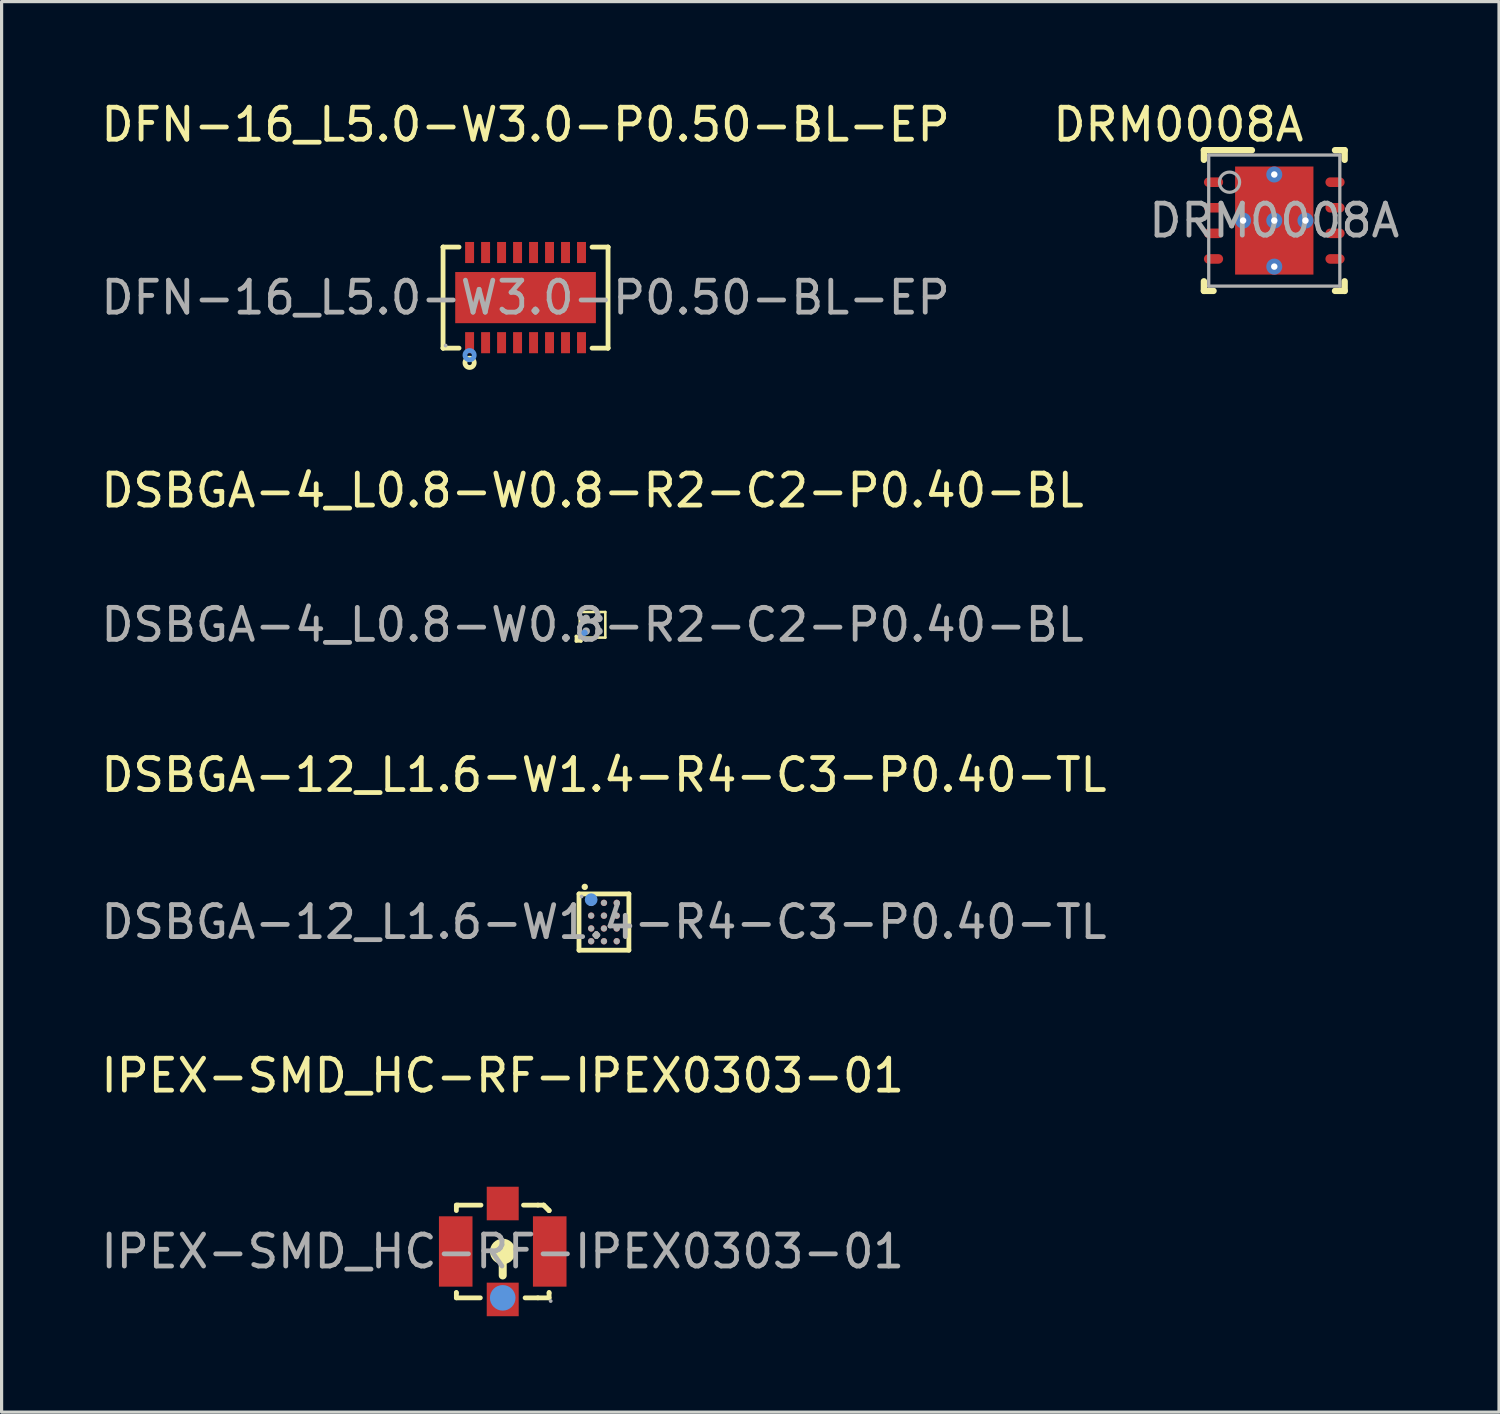
<source format=kicad_pcb>
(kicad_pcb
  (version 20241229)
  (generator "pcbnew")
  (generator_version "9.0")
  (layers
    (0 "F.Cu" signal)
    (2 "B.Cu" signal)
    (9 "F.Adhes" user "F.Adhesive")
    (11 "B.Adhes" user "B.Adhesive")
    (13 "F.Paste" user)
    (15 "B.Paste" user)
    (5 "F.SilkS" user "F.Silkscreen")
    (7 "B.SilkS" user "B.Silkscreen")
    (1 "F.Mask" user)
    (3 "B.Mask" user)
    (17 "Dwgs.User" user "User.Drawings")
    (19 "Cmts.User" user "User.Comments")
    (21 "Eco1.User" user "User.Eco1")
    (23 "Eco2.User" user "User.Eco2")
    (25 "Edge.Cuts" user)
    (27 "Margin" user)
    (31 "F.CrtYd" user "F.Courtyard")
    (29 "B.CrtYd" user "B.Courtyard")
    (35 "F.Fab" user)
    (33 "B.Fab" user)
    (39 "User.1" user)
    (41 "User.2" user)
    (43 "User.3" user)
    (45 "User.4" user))
  (footprint "DSBGA-12_L1.6-W1.4-R4-C3-P0.40-TL"
    (layer "F.Cu")
    (at 15.839 25.788)
    (property "Reference" "DSBGA-12_L1.6-W1.4-R4-C3-P0.40-TL" (at 0 -4.6 0) (layer "F.SilkS") (effects (font (size 1 1) (thickness 0.15))))
    (attr smd)
    (fp_line (start -0.78 -0.88) (end 0.78 -0.88) (stroke (width 0.15) (type solid)) (layer "F.SilkS"))
    (fp_line (start -0.78 0.88) (end -0.78 -0.88) (stroke (width 0.15) (type solid)) (layer "F.SilkS"))
    (fp_line (start 0.78 -0.88) (end 0.78 0.88) (stroke (width 0.15) (type solid)) (layer "F.SilkS"))
    (fp_line (start 0.78 0.88) (end -0.78 0.88) (stroke (width 0.15) (type solid)) (layer "F.SilkS"))
    (fp_circle (center -0.6 -1.1) (end -0.55 -1.1) (stroke (width 0.1) (type solid)) (fill no) (layer "F.SilkS"))
    (fp_circle (center -0.4 -0.7) (end -0.3 -0.7) (stroke (width 0.2) (type solid)) (fill no) (layer "Cmts.User"))
    (fp_circle (center -0.7 -0.8) (end -0.67 -0.8) (stroke (width 0.06) (type solid)) (fill no) (layer "F.Fab"))
    (fp_circle (center -0.4 -0.6) (end -0.35 -0.6) (stroke (width 0.1) (type solid)) (fill no) (layer "F.Fab"))
    (fp_circle (center -0.4 -0.2) (end -0.35 -0.2) (stroke (width 0.1) (type solid)) (fill no) (layer "F.Fab"))
    (fp_circle (center -0.4 0.2) (end -0.35 0.2) (stroke (width 0.1) (type solid)) (fill no) (layer "F.Fab"))
    (fp_circle (center -0.4 0.6) (end -0.35 0.6) (stroke (width 0.1) (type solid)) (fill no) (layer "F.Fab"))
    (fp_circle (center 0 -0.6) (end 0.05 -0.6) (stroke (width 0.1) (type solid)) (fill no) (layer "F.Fab"))
    (fp_circle (center 0 -0.2) (end 0.05 -0.2) (stroke (width 0.1) (type solid)) (fill no) (layer "F.Fab"))
    (fp_circle (center 0 0.2) (end 0.05 0.2) (stroke (width 0.1) (type solid)) (fill no) (layer "F.Fab"))
    (fp_circle (center 0 0.6) (end 0.05 0.6) (stroke (width 0.1) (type solid)) (fill no) (layer "F.Fab"))
    (fp_circle (center 0.4 -0.6) (end 0.45 -0.6) (stroke (width 0.1) (type solid)) (fill no) (layer "F.Fab"))
    (fp_circle (center 0.4 -0.2) (end 0.45 -0.2) (stroke (width 0.1) (type solid)) (fill no) (layer "F.Fab"))
    (fp_circle (center 0.4 0.2) (end 0.45 0.2) (stroke (width 0.1) (type solid)) (fill no) (layer "F.Fab"))
    (fp_circle (center 0.4 0.6) (end 0.45 0.6) (stroke (width 0.1) (type solid)) (fill no) (layer "F.Fab"))
    (fp_text user "${REFERENCE}" (at 0 0 0) (layer "F.Fab") (effects (font (size 1 1) (thickness 0.15))))
    (pad "A1" smd circle (at -0.4 -0.6) (size 0.2 0.2) (layers "F.Cu" "F.Mask" "F.Paste"))
    (pad "A2" smd circle (at 0 -0.6) (size 0.2 0.2) (layers "F.Cu" "F.Mask" "F.Paste"))
    (pad "A3" smd circle (at 0.4 -0.6) (size 0.2 0.2) (layers "F.Cu" "F.Mask" "F.Paste"))
    (pad "B1" smd circle (at -0.4 -0.2) (size 0.2 0.2) (layers "F.Cu" "F.Mask" "F.Paste"))
    (pad "B2" smd circle (at 0 -0.2) (size 0.2 0.2) (layers "F.Cu" "F.Mask" "F.Paste"))
    (pad "B3" smd circle (at 0.4 -0.2) (size 0.2 0.2) (layers "F.Cu" "F.Mask" "F.Paste"))
    (pad "C1" smd circle (at -0.4 0.2) (size 0.2 0.2) (layers "F.Cu" "F.Mask" "F.Paste"))
    (pad "C2" smd circle (at 0 0.2) (size 0.2 0.2) (layers "F.Cu" "F.Mask" "F.Paste"))
    (pad "C3" smd circle (at 0.4 0.2) (size 0.2 0.2) (layers "F.Cu" "F.Mask" "F.Paste"))
    (pad "D1" smd circle (at -0.4 0.6) (size 0.2 0.2) (layers "F.Cu" "F.Mask" "F.Paste"))
    (pad "D2" smd circle (at 0 0.6) (size 0.2 0.2) (layers "F.Cu" "F.Mask" "F.Paste"))
    (pad "D3" smd circle (at 0.4 0.6) (size 0.2 0.2) (layers "F.Cu" "F.Mask" "F.Paste")))
  (footprint "DRM0008A"
    (layer "F.Cu")
    (at 36.804 3.848)
    (property "Reference" "DRM0008A" (at -3 -3 0) (unlocked yes) (layer "F.SilkS") (effects (font (size 1 1) (thickness 0.15))))
    (attr smd)
    (fp_line (start -2.2 -2.2) (end -0.7 -2.2) (stroke (width 0.2) (type solid)) (layer "F.SilkS"))
    (fp_line (start -2.2 -1.9) (end -2.2 -2.2) (stroke (width 0.2) (type solid)) (layer "F.SilkS"))
    (fp_line (start -2.2 2.2) (end -2.2 1.9) (stroke (width 0.2) (type solid)) (layer "F.SilkS"))
    (fp_line (start -2.2 2.2) (end -1.9 2.2) (stroke (width 0.2) (type solid)) (layer "F.SilkS"))
    (fp_line (start 1.9 -2.2) (end 2.2 -2.2) (stroke (width 0.2) (type solid)) (layer "F.SilkS"))
    (fp_line (start 1.9 2.2) (end 2.2 2.2) (stroke (width 0.2) (type solid)) (layer "F.SilkS"))
    (fp_line (start 2.2 -1.9) (end 2.2 -2.2) (stroke (width 0.2) (type solid)) (layer "F.SilkS"))
    (fp_line (start 2.2 2.2) (end 2.2 1.9) (stroke (width 0.2) (type solid)) (layer "F.SilkS"))
    (fp_poly (pts (xy -0.1 -1.56) (xy -1.184 -1.56) (xy -1.184 -0.1) (xy -0.1 -0.1)) (stroke (width 0) (type solid)) (fill yes) (layer "F.Paste"))
    (fp_poly (pts (xy -0.1 0.1) (xy -1.184 0.1) (xy -1.184 1.56) (xy -0.1 1.56)) (stroke (width 0) (type solid)) (fill yes) (layer "F.Paste"))
    (fp_poly (pts (xy 0.1 -0.1) (xy 1.184 -0.1) (xy 1.184 -1.56) (xy 0.1 -1.56)) (stroke (width 0) (type solid)) (fill yes) (layer "F.Paste"))
    (fp_poly (pts (xy 0.1 1.56) (xy 1.184 1.56) (xy 1.184 0.1) (xy 0.1 0.1)) (stroke (width 0) (type solid)) (fill yes) (layer "F.Paste"))
    (fp_line (start -2.05 -2.05) (end 2.05 -2.05) (stroke (width 0.102) (type solid)) (layer "F.Fab"))
    (fp_line (start -2.05 2.05) (end -2.05 -2.05) (stroke (width 0.102) (type solid)) (layer "F.Fab"))
    (fp_line (start -2.05 2.05) (end 2.05 2.05) (stroke (width 0.102) (type solid)) (layer "F.Fab"))
    (fp_line (start 2.05 2.05) (end 2.05 -2.05) (stroke (width 0.102) (type solid)) (layer "F.Fab"))
    (fp_circle (center -1.4 -1.2) (end -1.084 -1.2) (stroke (width 0.1) (type solid)) (fill no) (layer "F.Fab"))
    (fp_text user "${REFERENCE}" (at 0 0 0) (unlocked yes) (layer "F.Fab") (effects (font (size 1 1) (thickness 0.15))))
    (pad "1" smd oval (at -1.9 -1.2) (size 0.6 0.3) (layers "F.Cu" "F.Mask" "F.Paste"))
    (pad "2" smd oval (at -1.9 -0.4) (size 0.6 0.3) (layers "F.Cu" "F.Mask" "F.Paste"))
    (pad "3" smd oval (at -1.9 0.4) (size 0.6 0.3) (layers "F.Cu" "F.Mask" "F.Paste"))
    (pad "4" smd oval (at -1.9 1.2) (size 0.6 0.3) (layers "F.Cu" "F.Mask" "F.Paste"))
    (pad "5" smd oval (at 1.9 1.2) (size 0.6 0.3) (layers "F.Cu" "F.Mask" "F.Paste"))
    (pad "6" smd oval (at 1.9 0.4) (size 0.6 0.3) (layers "F.Cu" "F.Mask" "F.Paste"))
    (pad "7" smd oval (at 1.9 -0.4) (size 0.6 0.3) (layers "F.Cu" "F.Mask" "F.Paste"))
    (pad "8" smd oval (at 1.9 -1.2) (size 0.6 0.3) (layers "F.Cu" "F.Mask" "F.Paste"))
    (pad "9" smd rect (at 0 0) (size 2.45 3.38) (layers "F.Cu" "F.Mask"))
    (pad "V" thru_hole circle (at -0.975 0) (size 0.5 0.5) (drill 0.203) (layers "*.Cu" "*.Mask"))
    (pad "V" thru_hole circle (at 0 -1.44) (size 0.5 0.5) (drill 0.203) (layers "*.Cu" "*.Mask"))
    (pad "V" thru_hole circle (at 0 0) (size 0.5 0.5) (drill 0.203) (layers "*.Cu" "*.Mask"))
    (pad "V" thru_hole circle (at 0 1.44) (size 0.5 0.5) (drill 0.203) (layers "*.Cu" "*.Mask"))
    (pad "V" thru_hole circle (at 0.975 0) (size 0.5 0.5) (drill 0.203) (layers "*.Cu" "*.Mask")))
  (footprint "DFN-16_L5.0-W3.0-P0.50-BL-EP"
    (layer "F.Cu")
    (at 13.387 6.258)
    (property "Reference" "DFN-16_L5.0-W3.0-P0.50-BL-EP" (at 0 -5.41 0) (layer "F.SilkS") (effects (font (size 1 1) (thickness 0.15))))
    (attr smd)
    (fp_line (start -2.58 -1.58) (end -2.58 -1.58) (stroke (width 0.15) (type solid)) (layer "F.SilkS"))
    (fp_line (start -2.58 -1.58) (end -2.08 -1.58) (stroke (width 0.15) (type solid)) (layer "F.SilkS"))
    (fp_line (start -2.58 1.58) (end -2.58 -1.58) (stroke (width 0.15) (type solid)) (layer "F.SilkS"))
    (fp_line (start -2.58 1.58) (end -2.58 1.58) (stroke (width 0.15) (type solid)) (layer "F.SilkS"))
    (fp_line (start -2.08 1.58) (end -2.58 1.58) (stroke (width 0.15) (type solid)) (layer "F.SilkS"))
    (fp_line (start 2.08 1.58) (end 2.58 1.58) (stroke (width 0.15) (type solid)) (layer "F.SilkS"))
    (fp_line (start 2.58 -1.58) (end 2.08 -1.58) (stroke (width 0.15) (type solid)) (layer "F.SilkS"))
    (fp_line (start 2.58 -1.58) (end 2.58 -1.58) (stroke (width 0.15) (type solid)) (layer "F.SilkS"))
    (fp_line (start 2.58 1.58) (end 2.58 -1.58) (stroke (width 0.15) (type solid)) (layer "F.SilkS"))
    (fp_line (start 2.58 1.58) (end 2.58 1.58) (stroke (width 0.15) (type solid)) (layer "F.SilkS"))
    (fp_circle (center -1.75 2.04) (end -1.68 2.04) (stroke (width 0.15) (type solid)) (fill no) (layer "F.SilkS"))
    (fp_circle (center -1.75 1.8) (end -1.68 1.8) (stroke (width 0.15) (type solid)) (fill no) (layer "Cmts.User"))
    (fp_circle (center -2.5 1.5) (end -2.47 1.5) (stroke (width 0.06) (type solid)) (fill no) (layer "F.Fab"))
    (fp_text user "${REFERENCE}" (at 0 0 0) (layer "F.Fab") (effects (font (size 1 1) (thickness 0.15))))
    (pad "1" smd rect (at -1.75 1.41) (size 0.28 0.66) (layers "F.Cu" "F.Mask" "F.Paste"))
    (pad "2" smd rect (at -1.25 1.41) (size 0.28 0.66) (layers "F.Cu" "F.Mask" "F.Paste"))
    (pad "3" smd rect (at -0.75 1.41) (size 0.28 0.66) (layers "F.Cu" "F.Mask" "F.Paste"))
    (pad "4" smd rect (at -0.25 1.41) (size 0.28 0.66) (layers "F.Cu" "F.Mask" "F.Paste"))
    (pad "5" smd rect (at 0.25 1.41) (size 0.28 0.66) (layers "F.Cu" "F.Mask" "F.Paste"))
    (pad "6" smd rect (at 0.75 1.41) (size 0.28 0.66) (layers "F.Cu" "F.Mask" "F.Paste"))
    (pad "7" smd rect (at 1.25 1.41) (size 0.28 0.66) (layers "F.Cu" "F.Mask" "F.Paste"))
    (pad "8" smd rect (at 1.75 1.41) (size 0.28 0.66) (layers "F.Cu" "F.Mask" "F.Paste"))
    (pad "9" smd rect (at 1.75 -1.41) (size 0.28 0.66) (layers "F.Cu" "F.Mask" "F.Paste"))
    (pad "10" smd rect (at 1.25 -1.41) (size 0.28 0.66) (layers "F.Cu" "F.Mask" "F.Paste"))
    (pad "11" smd rect (at 0.75 -1.41) (size 0.28 0.66) (layers "F.Cu" "F.Mask" "F.Paste"))
    (pad "12" smd rect (at 0.25 -1.41) (size 0.28 0.66) (layers "F.Cu" "F.Mask" "F.Paste"))
    (pad "13" smd rect (at -0.25 -1.41) (size 0.28 0.66) (layers "F.Cu" "F.Mask" "F.Paste"))
    (pad "14" smd rect (at -0.75 -1.41) (size 0.28 0.66) (layers "F.Cu" "F.Mask" "F.Paste"))
    (pad "15" smd rect (at -1.25 -1.41) (size 0.28 0.66) (layers "F.Cu" "F.Mask" "F.Paste"))
    (pad "16" smd rect (at -1.75 -1.41) (size 0.28 0.66) (layers "F.Cu" "F.Mask" "F.Paste"))
    (pad "17" smd rect (at 0 0) (size 4.4 1.6) (layers "F.Cu" "F.Mask" "F.Paste")))
  (footprint "IPEX-SMD_HC-RF-IPEX0303-01"
    (layer "F.Cu")
    (at 12.673 36.091)
    (property "Reference" "IPEX-SMD_HC-RF-IPEX0303-01" (at 0 -5.5 0) (layer "F.SilkS") (effects (font (size 1 1) (thickness 0.15))))
    (attr smd)
    (fp_line (start -1.45 -1.45) (end -1.4 -1.45) (stroke (width 0.15) (type solid)) (layer "F.SilkS"))
    (fp_line (start -1.45 -1.4) (end -1.45 -1.45) (stroke (width 0.15) (type solid)) (layer "F.SilkS"))
    (fp_line (start -1.45 -1.28) (end -1.45 -1.4) (stroke (width 0.15) (type solid)) (layer "F.SilkS"))
    (fp_line (start -1.45 1.3) (end -1.45 1.28) (stroke (width 0.15) (type solid)) (layer "F.SilkS"))
    (fp_line (start -1.45 1.3) (end -1.45 1.45) (stroke (width 0.15) (type solid)) (layer "F.SilkS"))
    (fp_line (start -1.45 1.45) (end -0.7 1.45) (stroke (width 0.15) (type solid)) (layer "F.SilkS"))
    (fp_line (start -0.68 -1.45) (end -1.4 -1.45) (stroke (width 0.15) (type solid)) (layer "F.SilkS"))
    (fp_line (start 0 0.3) (end 0 0.75) (stroke (width 0.25) (type solid)) (layer "F.SilkS"))
    (fp_line (start 0.65 -1.45) (end 1.1 -1.45) (stroke (width 0.15) (type solid)) (layer "F.SilkS"))
    (fp_line (start 0.7 1.45) (end 1.1 1.45) (stroke (width 0.15) (type solid)) (layer "F.SilkS"))
    (fp_line (start 1.1 -1.45) (end 1.28 -1.45) (stroke (width 0.15) (type solid)) (layer "F.SilkS"))
    (fp_line (start 1.1 1.45) (end 1.45 1.45) (stroke (width 0.15) (type solid)) (layer "F.SilkS"))
    (fp_line (start 1.28 -1.45) (end 1.45 -1.28) (stroke (width 0.15) (type solid)) (layer "F.SilkS"))
    (fp_line (start 1.45 -1.28) (end 1.28 -1.45) (stroke (width 0.15) (type solid)) (layer "F.SilkS"))
    (fp_line (start 1.45 -1.28) (end 1.45 -1.28) (stroke (width 0.15) (type solid)) (layer "F.SilkS"))
    (fp_line (start 1.45 1.3) (end 1.45 1.28) (stroke (width 0.15) (type solid)) (layer "F.SilkS"))
    (fp_line (start 1.45 1.45) (end 1.45 1.3) (stroke (width 0.15) (type solid)) (layer "F.SilkS"))
    (fp_circle (center 0 0) (end 0.2 0) (stroke (width 0.4) (type solid)) (fill no) (layer "F.SilkS"))
    (fp_circle (center 0 1.45) (end 0.2 1.45) (stroke (width 0.4) (type solid)) (fill no) (layer "Cmts.User"))
    (fp_circle (center 1.5 1.55) (end 1.53 1.55) (stroke (width 0.06) (type solid)) (fill no) (layer "F.Fab"))
    (fp_text user "${REFERENCE}" (at 0 0 0) (layer "F.Fab") (effects (font (size 1 1) (thickness 0.15))))
    (pad "1" smd rect (at 0 1.5) (size 1 1.05) (layers "F.Cu" "F.Mask" "F.Paste"))
    (pad "2" smd rect (at 1.47 0) (size 1.05 2.2) (layers "F.Cu" "F.Mask" "F.Paste"))
    (pad "3" smd rect (at -1.47 0) (size 1.05 2.2) (layers "F.Cu" "F.Mask" "F.Paste"))
    (pad "4" smd rect (at 0 -1.5 180) (size 1 1.05) (layers "F.Cu" "F.Mask" "F.Paste")))
  (footprint "DSBGA-4_L0.8-W0.8-R2-C2-P0.40-BL"
    (layer "F.Cu")
    (at 15.482 16.491)
    (property "Reference" "DSBGA-4_L0.8-W0.8-R2-C2-P0.40-BL" (at 0 -4.2 0) (layer "F.SilkS") (effects (font (size 1 1) (thickness 0.15))))
    (attr smd)
    (fp_line (start -0.51 0.36) (end -0.51 0.51) (stroke (width 0.1) (type solid)) (layer "F.SilkS"))
    (fp_line (start -0.51 0.51) (end -0.36 0.51) (stroke (width 0.1) (type solid)) (layer "F.SilkS"))
    (fp_line (start -0.4 -0.4) (end 0.4 -0.4) (stroke (width 0.08) (type solid)) (layer "F.SilkS"))
    (fp_line (start -0.4 0.4) (end -0.4 -0.4) (stroke (width 0.08) (type solid)) (layer "F.SilkS"))
    (fp_line (start -0.36 0.51) (end -0.51 0.36) (stroke (width 0.1) (type solid)) (layer "F.SilkS"))
    (fp_line (start 0.4 -0.4) (end 0.4 0.4) (stroke (width 0.08) (type solid)) (layer "F.SilkS"))
    (fp_line (start 0.4 0.4) (end -0.4 0.4) (stroke (width 0.08) (type solid)) (layer "F.SilkS"))
    (fp_circle (center -0.25 0.25) (end -0.2 0.25) (stroke (width 0.1) (type solid)) (fill no) (layer "Cmts.User"))
    (fp_circle (center -0.4 0.4) (end -0.37 0.4) (stroke (width 0.06) (type solid)) (fill no) (layer "F.Fab"))
    (fp_circle (center -0.2 -0.2) (end -0.14 -0.2) (stroke (width 0.12) (type solid)) (fill no) (layer "F.Fab"))
    (fp_circle (center -0.2 0.2) (end -0.14 0.2) (stroke (width 0.12) (type solid)) (fill no) (layer "F.Fab"))
    (fp_circle (center 0.2 -0.2) (end 0.26 -0.2) (stroke (width 0.12) (type solid)) (fill no) (layer "F.Fab"))
    (fp_circle (center 0.2 0.2) (end 0.26 0.2) (stroke (width 0.12) (type solid)) (fill no) (layer "F.Fab"))
    (fp_text user "${REFERENCE}" (at 0 0 0) (layer "F.Fab") (effects (font (size 1 1) (thickness 0.15))))
    (pad "A1" smd circle (at -0.2 0.2) (size 0.18 0.18) (layers "F.Cu" "F.Mask" "F.Paste"))
    (pad "A2" smd circle (at -0.2 -0.2) (size 0.18 0.18) (layers "F.Cu" "F.Mask" "F.Paste"))
    (pad "B1" smd circle (at 0.2 0.2) (size 0.18 0.18) (layers "F.Cu" "F.Mask" "F.Paste"))
    (pad "B2" smd circle (at 0.2 -0.2) (size 0.18 0.18) (layers "F.Cu" "F.Mask" "F.Paste")))
  (gr_rect
    (start -3 -3)
    (end 43.833 41.116)
    (stroke (width 0.1) (type default))
    (fill no)
    (layer "Edge.Cuts")))
</source>
